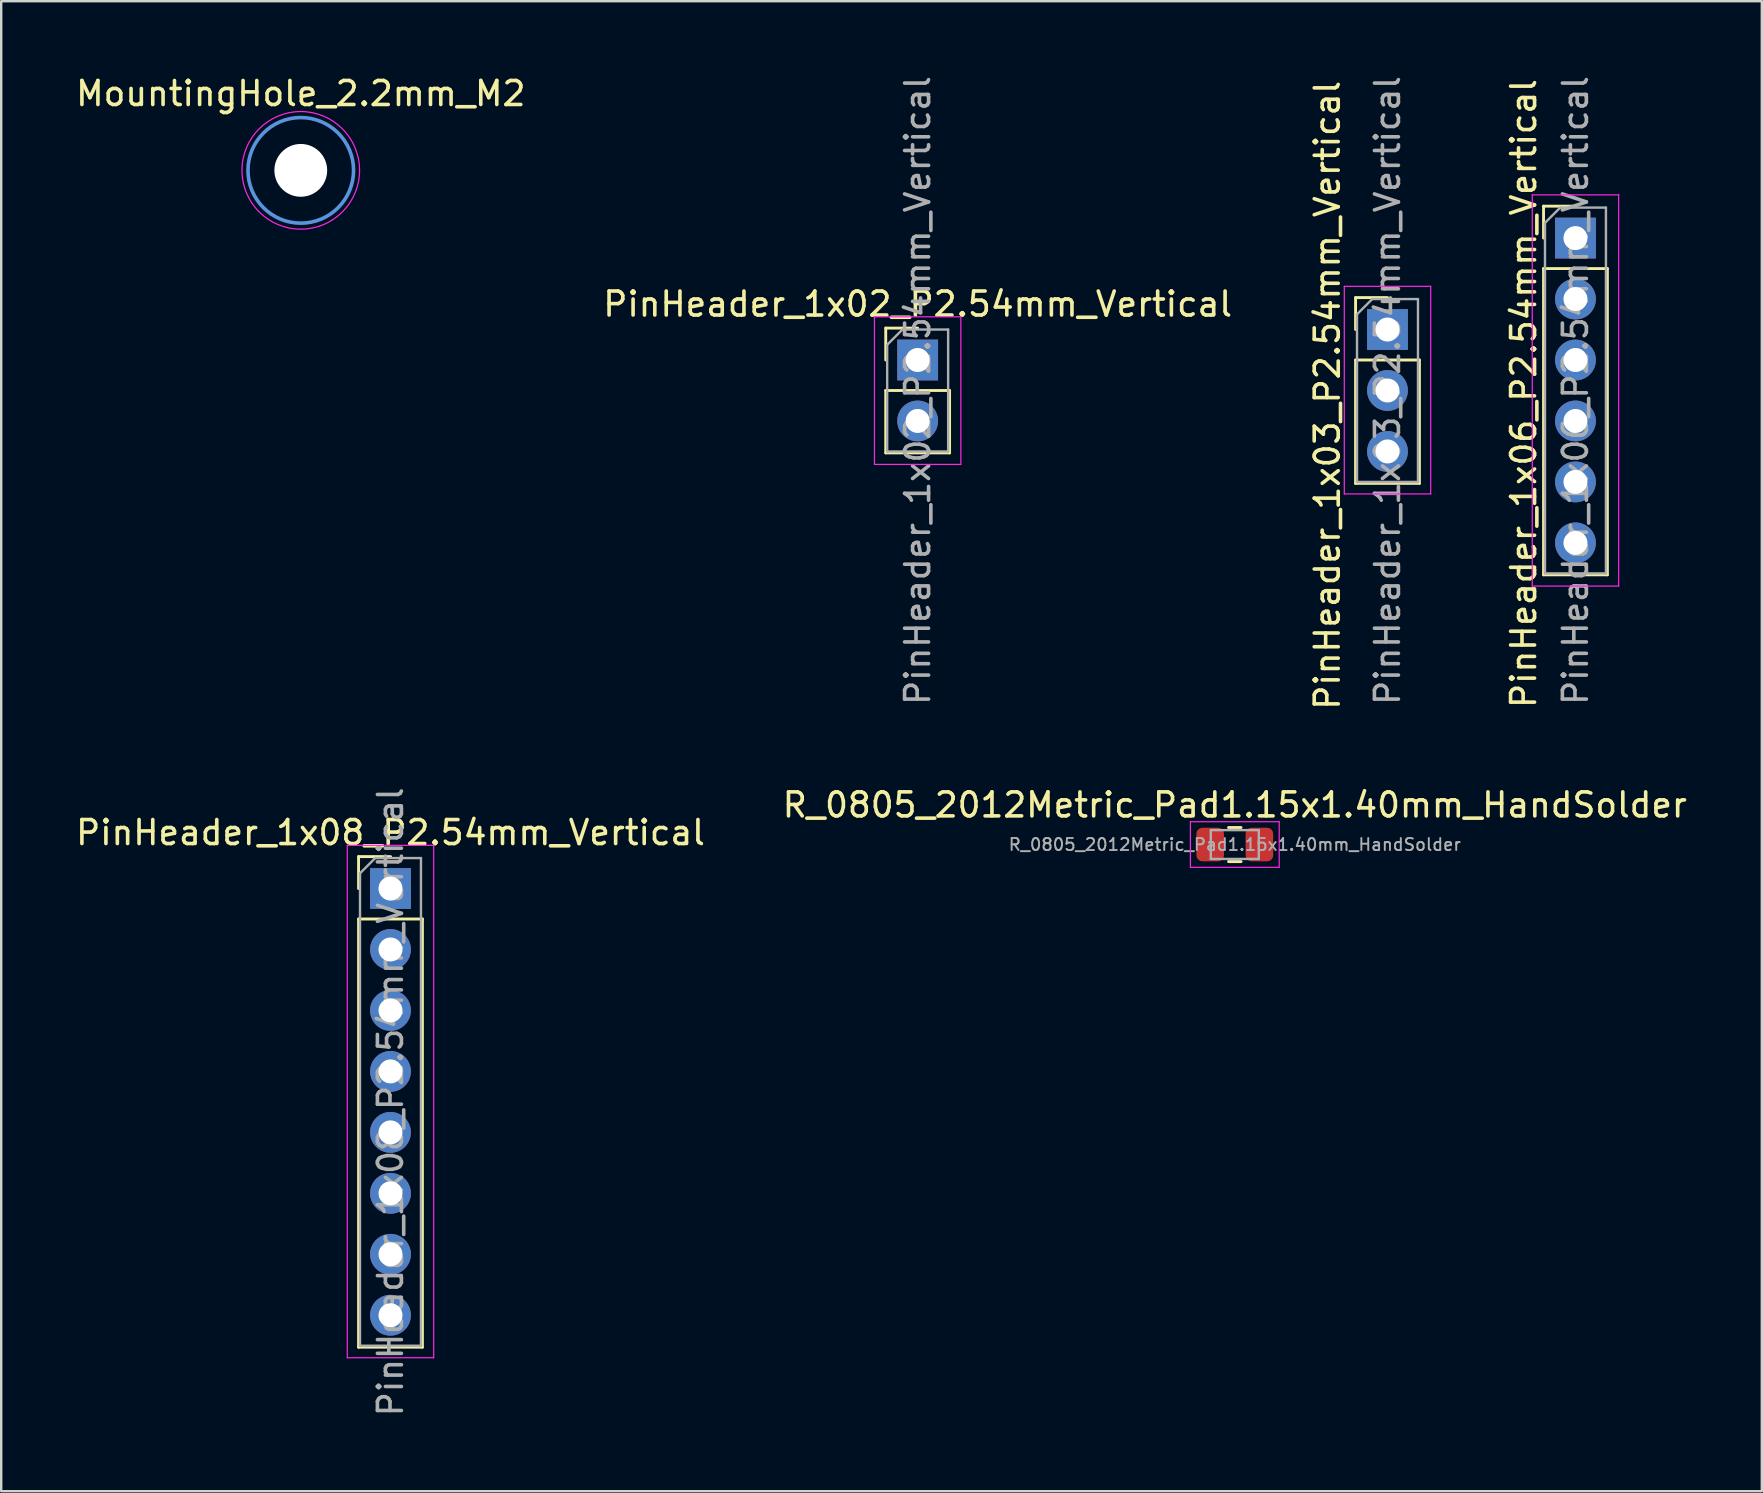
<source format=kicad_pcb>
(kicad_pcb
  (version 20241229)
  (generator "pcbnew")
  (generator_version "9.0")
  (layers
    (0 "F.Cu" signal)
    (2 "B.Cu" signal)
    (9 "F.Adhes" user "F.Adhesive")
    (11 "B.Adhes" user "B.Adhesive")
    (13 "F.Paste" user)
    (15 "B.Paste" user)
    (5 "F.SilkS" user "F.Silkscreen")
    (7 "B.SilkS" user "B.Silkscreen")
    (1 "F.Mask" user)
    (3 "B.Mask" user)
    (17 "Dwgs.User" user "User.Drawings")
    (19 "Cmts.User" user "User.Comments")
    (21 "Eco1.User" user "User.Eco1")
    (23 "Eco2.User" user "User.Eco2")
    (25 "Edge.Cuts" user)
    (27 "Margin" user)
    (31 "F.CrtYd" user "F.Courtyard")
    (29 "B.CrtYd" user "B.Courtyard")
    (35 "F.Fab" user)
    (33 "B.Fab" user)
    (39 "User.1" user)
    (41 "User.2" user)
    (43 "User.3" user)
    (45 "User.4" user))
  (footprint "R_0805_2012Metric_Pad1.15x1.40mm_HandSolder"
    (layer "F.Cu")
    (at 48.399 32.139)
    (property "Reference" "R_0805_2012Metric_Pad1.15x1.40mm_HandSolder" (at 0 -1.65 0) (layer "F.SilkS") (effects (font (size 1 1) (thickness 0.15))))
    (attr smd)
    (fp_line (start -0.261 -0.71) (end 0.261 -0.71) (stroke (width 0.12) (type solid)) (layer "F.SilkS"))
    (fp_line (start -0.261 0.71) (end 0.261 0.71) (stroke (width 0.12) (type solid)) (layer "F.SilkS"))
    (fp_line (start -1.85 -0.95) (end 1.85 -0.95) (stroke (width 0.05) (type solid)) (layer "F.CrtYd"))
    (fp_line (start -1.85 0.95) (end -1.85 -0.95) (stroke (width 0.05) (type solid)) (layer "F.CrtYd"))
    (fp_line (start 1.85 -0.95) (end 1.85 0.95) (stroke (width 0.05) (type solid)) (layer "F.CrtYd"))
    (fp_line (start 1.85 0.95) (end -1.85 0.95) (stroke (width 0.05) (type solid)) (layer "F.CrtYd"))
    (fp_line (start -1 -0.6) (end 1 -0.6) (stroke (width 0.1) (type solid)) (layer "F.Fab"))
    (fp_line (start -1 0.6) (end -1 -0.6) (stroke (width 0.1) (type solid)) (layer "F.Fab"))
    (fp_line (start 1 -0.6) (end 1 0.6) (stroke (width 0.1) (type solid)) (layer "F.Fab"))
    (fp_line (start 1 0.6) (end -1 0.6) (stroke (width 0.1) (type solid)) (layer "F.Fab"))
    (fp_text user "${REFERENCE}" (at 0 0 0) (layer "F.Fab") (effects (font (size 0.5 0.5) (thickness 0.08))))
    (pad "1" smd roundrect (at -1.025 0) (size 1.15 1.4) (layers "F.Cu" "F.Mask" "F.Paste") (roundrect_rratio 0.217))
    (pad "2" smd roundrect (at 1.025 0) (size 1.15 1.4) (layers "F.Cu" "F.Mask" "F.Paste") (roundrect_rratio 0.217)))
  (footprint "PinHeader_1x06_P2.54mm_Vertical"
    (layer "F.Cu")
    (at 62.593 6.87)
    (property "Reference" "PinHeader_1x06_P2.54mm_Vertical" (at -2.159 6.477 90) (layer "F.SilkS") (effects (font (size 1 1) (thickness 0.15))))
    (attr through_hole)
    (fp_line (start -1.33 -1.33) (end 0 -1.33) (stroke (width 0.12) (type solid)) (layer "F.SilkS"))
    (fp_line (start -1.33 0) (end -1.33 -1.33) (stroke (width 0.12) (type solid)) (layer "F.SilkS"))
    (fp_line (start -1.33 1.27) (end -1.33 14.03) (stroke (width 0.12) (type solid)) (layer "F.SilkS"))
    (fp_line (start -1.33 1.27) (end 1.33 1.27) (stroke (width 0.12) (type solid)) (layer "F.SilkS"))
    (fp_line (start -1.33 14.03) (end 1.33 14.03) (stroke (width 0.12) (type solid)) (layer "F.SilkS"))
    (fp_line (start 1.33 1.27) (end 1.33 14.03) (stroke (width 0.12) (type solid)) (layer "F.SilkS"))
    (fp_line (start -1.8 -1.8) (end -1.8 14.5) (stroke (width 0.05) (type solid)) (layer "F.CrtYd"))
    (fp_line (start -1.8 14.5) (end 1.8 14.5) (stroke (width 0.05) (type solid)) (layer "F.CrtYd"))
    (fp_line (start 1.8 -1.8) (end -1.8 -1.8) (stroke (width 0.05) (type solid)) (layer "F.CrtYd"))
    (fp_line (start 1.8 14.5) (end 1.8 -1.8) (stroke (width 0.05) (type solid)) (layer "F.CrtYd"))
    (fp_line (start -1.27 -0.635) (end -0.635 -1.27) (stroke (width 0.1) (type solid)) (layer "F.Fab"))
    (fp_line (start -1.27 13.97) (end -1.27 -0.635) (stroke (width 0.1) (type solid)) (layer "F.Fab"))
    (fp_line (start -0.635 -1.27) (end 1.27 -1.27) (stroke (width 0.1) (type solid)) (layer "F.Fab"))
    (fp_line (start 1.27 -1.27) (end 1.27 13.97) (stroke (width 0.1) (type solid)) (layer "F.Fab"))
    (fp_line (start 1.27 13.97) (end -1.27 13.97) (stroke (width 0.1) (type solid)) (layer "F.Fab"))
    (fp_text user "${REFERENCE}" (at 0 6.35 90) (layer "F.Fab") (effects (font (size 1 1) (thickness 0.15))))
    (pad "1" thru_hole rect (at 0 0) (size 1.7 1.7) (drill 1) (layers "*.Cu" "*.Mask"))
    (pad "2" thru_hole oval (at 0 2.54) (size 1.7 1.7) (drill 1) (layers "*.Cu" "*.Mask"))
    (pad "3" thru_hole oval (at 0 5.08) (size 1.7 1.7) (drill 1) (layers "*.Cu" "*.Mask"))
    (pad "4" thru_hole oval (at 0 7.62) (size 1.7 1.7) (drill 1) (layers "*.Cu" "*.Mask"))
    (pad "5" thru_hole oval (at 0 10.16) (size 1.7 1.7) (drill 1) (layers "*.Cu" "*.Mask"))
    (pad "6" thru_hole oval (at 0 12.7) (size 1.7 1.7) (drill 1) (layers "*.Cu" "*.Mask")))
  (footprint "PinHeader_1x03_P2.54mm_Vertical"
    (layer "F.Cu")
    (at 54.761 10.68)
    (property "Reference" "PinHeader_1x03_P2.54mm_Vertical" (at -2.508 2.74 90) (layer "F.SilkS") (effects (font (size 1 1) (thickness 0.15))))
    (attr through_hole)
    (fp_line (start -1.33 -1.33) (end 0 -1.33) (stroke (width 0.12) (type solid)) (layer "F.SilkS"))
    (fp_line (start -1.33 0) (end -1.33 -1.33) (stroke (width 0.12) (type solid)) (layer "F.SilkS"))
    (fp_line (start -1.33 1.27) (end -1.33 6.41) (stroke (width 0.12) (type solid)) (layer "F.SilkS"))
    (fp_line (start -1.33 1.27) (end 1.33 1.27) (stroke (width 0.12) (type solid)) (layer "F.SilkS"))
    (fp_line (start -1.33 6.41) (end 1.33 6.41) (stroke (width 0.12) (type solid)) (layer "F.SilkS"))
    (fp_line (start 1.33 1.27) (end 1.33 6.41) (stroke (width 0.12) (type solid)) (layer "F.SilkS"))
    (fp_line (start -1.8 -1.8) (end -1.8 6.85) (stroke (width 0.05) (type solid)) (layer "F.CrtYd"))
    (fp_line (start -1.8 6.85) (end 1.8 6.85) (stroke (width 0.05) (type solid)) (layer "F.CrtYd"))
    (fp_line (start 1.8 -1.8) (end -1.8 -1.8) (stroke (width 0.05) (type solid)) (layer "F.CrtYd"))
    (fp_line (start 1.8 6.85) (end 1.8 -1.8) (stroke (width 0.05) (type solid)) (layer "F.CrtYd"))
    (fp_line (start -1.27 -0.635) (end -0.635 -1.27) (stroke (width 0.1) (type solid)) (layer "F.Fab"))
    (fp_line (start -1.27 6.35) (end -1.27 -0.635) (stroke (width 0.1) (type solid)) (layer "F.Fab"))
    (fp_line (start -0.635 -1.27) (end 1.27 -1.27) (stroke (width 0.1) (type solid)) (layer "F.Fab"))
    (fp_line (start 1.27 -1.27) (end 1.27 6.35) (stroke (width 0.1) (type solid)) (layer "F.Fab"))
    (fp_line (start 1.27 6.35) (end -1.27 6.35) (stroke (width 0.1) (type solid)) (layer "F.Fab"))
    (fp_text user "${REFERENCE}" (at 0 2.54 90) (layer "F.Fab") (effects (font (size 1 1) (thickness 0.15))))
    (pad "1" thru_hole rect (at 0 0) (size 1.7 1.7) (drill 1) (layers "*.Cu" "*.Mask"))
    (pad "2" thru_hole oval (at 0 2.54) (size 1.7 1.7) (drill 1) (layers "*.Cu" "*.Mask"))
    (pad "3" thru_hole oval (at 0 5.08) (size 1.7 1.7) (drill 1) (layers "*.Cu" "*.Mask")))
  (footprint "PinHeader_1x08_P2.54mm_Vertical"
    (layer "F.Cu")
    (at 13.22 33.971)
    (property "Reference" "PinHeader_1x08_P2.54mm_Vertical" (at 0 -2.33 0) (layer "F.SilkS") (effects (font (size 1 1) (thickness 0.15))))
    (attr through_hole)
    (fp_line (start -1.33 -1.33) (end 0 -1.33) (stroke (width 0.12) (type solid)) (layer "F.SilkS"))
    (fp_line (start -1.33 0) (end -1.33 -1.33) (stroke (width 0.12) (type solid)) (layer "F.SilkS"))
    (fp_line (start -1.33 1.27) (end -1.33 19.11) (stroke (width 0.12) (type solid)) (layer "F.SilkS"))
    (fp_line (start -1.33 1.27) (end 1.33 1.27) (stroke (width 0.12) (type solid)) (layer "F.SilkS"))
    (fp_line (start -1.33 19.11) (end 1.33 19.11) (stroke (width 0.12) (type solid)) (layer "F.SilkS"))
    (fp_line (start 1.33 1.27) (end 1.33 19.11) (stroke (width 0.12) (type solid)) (layer "F.SilkS"))
    (fp_line (start -1.8 -1.8) (end -1.8 19.55) (stroke (width 0.05) (type solid)) (layer "F.CrtYd"))
    (fp_line (start -1.8 19.55) (end 1.8 19.55) (stroke (width 0.05) (type solid)) (layer "F.CrtYd"))
    (fp_line (start 1.8 -1.8) (end -1.8 -1.8) (stroke (width 0.05) (type solid)) (layer "F.CrtYd"))
    (fp_line (start 1.8 19.55) (end 1.8 -1.8) (stroke (width 0.05) (type solid)) (layer "F.CrtYd"))
    (fp_line (start -1.27 -0.635) (end -0.635 -1.27) (stroke (width 0.1) (type solid)) (layer "F.Fab"))
    (fp_line (start -1.27 19.05) (end -1.27 -0.635) (stroke (width 0.1) (type solid)) (layer "F.Fab"))
    (fp_line (start -0.635 -1.27) (end 1.27 -1.27) (stroke (width 0.1) (type solid)) (layer "F.Fab"))
    (fp_line (start 1.27 -1.27) (end 1.27 19.05) (stroke (width 0.1) (type solid)) (layer "F.Fab"))
    (fp_line (start 1.27 19.05) (end -1.27 19.05) (stroke (width 0.1) (type solid)) (layer "F.Fab"))
    (fp_text user "${REFERENCE}" (at 0 8.89 90) (layer "F.Fab") (effects (font (size 1 1) (thickness 0.15))))
    (pad "1" thru_hole rect (at 0 0) (size 1.7 1.7) (drill 1) (layers "*.Cu" "*.Mask"))
    (pad "2" thru_hole oval (at 0 2.54) (size 1.7 1.7) (drill 1) (layers "*.Cu" "*.Mask"))
    (pad "3" thru_hole oval (at 0 5.08) (size 1.7 1.7) (drill 1) (layers "*.Cu" "*.Mask"))
    (pad "4" thru_hole oval (at 0 7.62) (size 1.7 1.7) (drill 1) (layers "*.Cu" "*.Mask"))
    (pad "5" thru_hole oval (at 0 10.16) (size 1.7 1.7) (drill 1) (layers "*.Cu" "*.Mask"))
    (pad "6" thru_hole oval (at 0 12.7) (size 1.7 1.7) (drill 1) (layers "*.Cu" "*.Mask"))
    (pad "7" thru_hole oval (at 0 15.24) (size 1.7 1.7) (drill 1) (layers "*.Cu" "*.Mask"))
    (pad "8" thru_hole oval (at 0 17.78) (size 1.7 1.7) (drill 1) (layers "*.Cu" "*.Mask")))
  (footprint "PinHeader_1x02_P2.54mm_Vertical"
    (layer "F.Cu")
    (at 35.185 11.95)
    (property "Reference" "PinHeader_1x02_P2.54mm_Vertical" (at 0 -2.33 0) (layer "F.SilkS") (effects (font (size 1 1) (thickness 0.15))))
    (attr through_hole)
    (fp_line (start -1.33 -1.33) (end 0 -1.33) (stroke (width 0.12) (type solid)) (layer "F.SilkS"))
    (fp_line (start -1.33 0) (end -1.33 -1.33) (stroke (width 0.12) (type solid)) (layer "F.SilkS"))
    (fp_line (start -1.33 1.27) (end -1.33 3.87) (stroke (width 0.12) (type solid)) (layer "F.SilkS"))
    (fp_line (start -1.33 1.27) (end 1.33 1.27) (stroke (width 0.12) (type solid)) (layer "F.SilkS"))
    (fp_line (start -1.33 3.87) (end 1.33 3.87) (stroke (width 0.12) (type solid)) (layer "F.SilkS"))
    (fp_line (start 1.33 1.27) (end 1.33 3.87) (stroke (width 0.12) (type solid)) (layer "F.SilkS"))
    (fp_line (start -1.8 -1.8) (end -1.8 4.35) (stroke (width 0.05) (type solid)) (layer "F.CrtYd"))
    (fp_line (start -1.8 4.35) (end 1.8 4.35) (stroke (width 0.05) (type solid)) (layer "F.CrtYd"))
    (fp_line (start 1.8 -1.8) (end -1.8 -1.8) (stroke (width 0.05) (type solid)) (layer "F.CrtYd"))
    (fp_line (start 1.8 4.35) (end 1.8 -1.8) (stroke (width 0.05) (type solid)) (layer "F.CrtYd"))
    (fp_line (start -1.27 -0.635) (end -0.635 -1.27) (stroke (width 0.1) (type solid)) (layer "F.Fab"))
    (fp_line (start -1.27 3.81) (end -1.27 -0.635) (stroke (width 0.1) (type solid)) (layer "F.Fab"))
    (fp_line (start -0.635 -1.27) (end 1.27 -1.27) (stroke (width 0.1) (type solid)) (layer "F.Fab"))
    (fp_line (start 1.27 -1.27) (end 1.27 3.81) (stroke (width 0.1) (type solid)) (layer "F.Fab"))
    (fp_line (start 1.27 3.81) (end -1.27 3.81) (stroke (width 0.1) (type solid)) (layer "F.Fab"))
    (fp_text user "${REFERENCE}" (at 0 1.27 90) (layer "F.Fab") (effects (font (size 1 1) (thickness 0.15))))
    (pad "1" thru_hole rect (at 0 0) (size 1.7 1.7) (drill 1) (layers "*.Cu" "*.Mask"))
    (pad "2" thru_hole oval (at 0 2.54) (size 1.7 1.7) (drill 1) (layers "*.Cu" "*.Mask")))
  (footprint "MountingHole_2.2mm_M2"
    (layer "F.Cu")
    (at 9.482 4.048)
    (property "Reference" "MountingHole_2.2mm_M2" (at 0 -3.2 0) (layer "F.SilkS") (effects (font (size 1 1) (thickness 0.15))))
    (attr exclude_from_pos_files exclude_from_bom)
    (fp_circle (center 0 0) (end 2.2 0) (stroke (width 0.15) (type solid)) (fill no) (layer "Cmts.User"))
    (fp_circle (center 0 0) (end 2.45 0) (stroke (width 0.05) (type solid)) (fill no) (layer "F.CrtYd"))
    (pad "" np_thru_hole circle (at 0 0) (size 2.2 2.2) (drill 2.2) (layers "*.Cu" "*.Mask")))
  (gr_rect
    (start -3 -3)
    (end 70.357 59.081)
    (stroke (width 0.1) (type default))
    (fill no)
    (layer "Edge.Cuts")))
</source>
